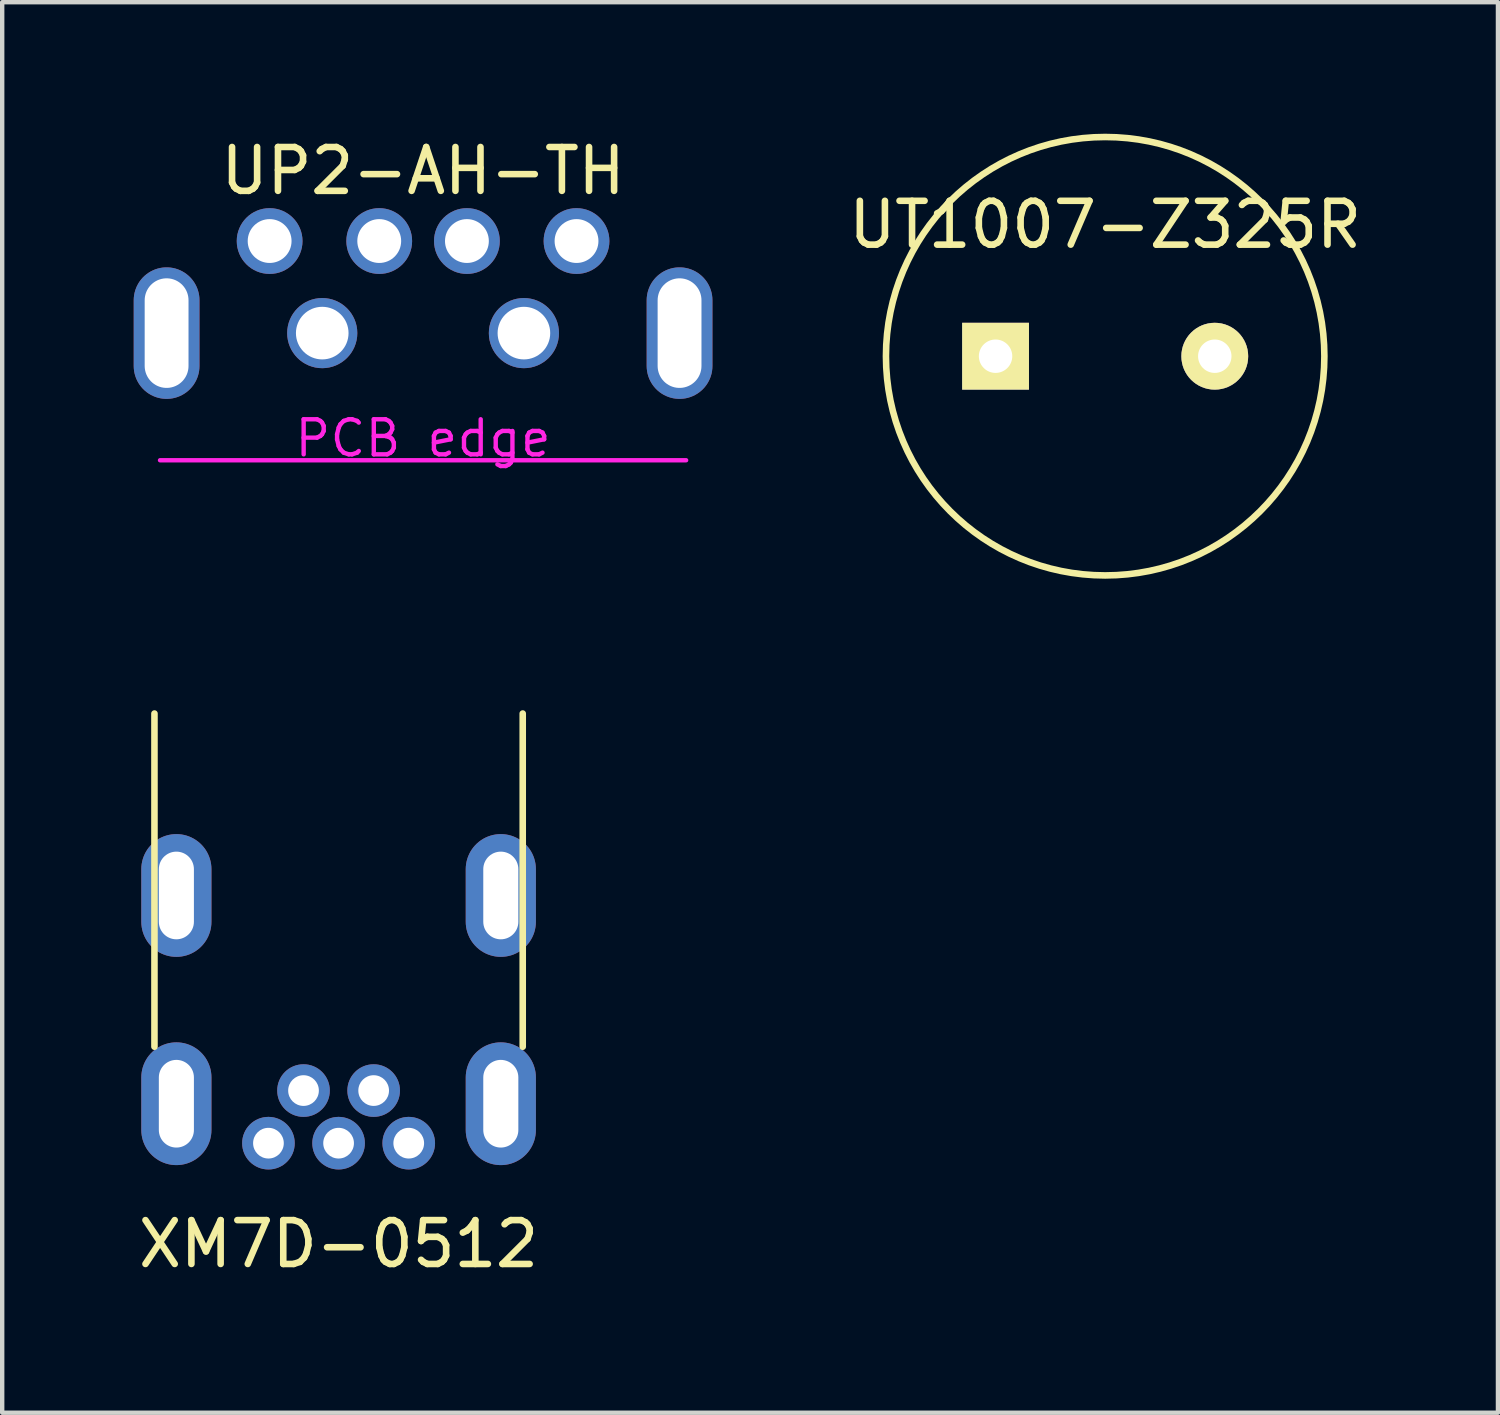
<source format=kicad_pcb>
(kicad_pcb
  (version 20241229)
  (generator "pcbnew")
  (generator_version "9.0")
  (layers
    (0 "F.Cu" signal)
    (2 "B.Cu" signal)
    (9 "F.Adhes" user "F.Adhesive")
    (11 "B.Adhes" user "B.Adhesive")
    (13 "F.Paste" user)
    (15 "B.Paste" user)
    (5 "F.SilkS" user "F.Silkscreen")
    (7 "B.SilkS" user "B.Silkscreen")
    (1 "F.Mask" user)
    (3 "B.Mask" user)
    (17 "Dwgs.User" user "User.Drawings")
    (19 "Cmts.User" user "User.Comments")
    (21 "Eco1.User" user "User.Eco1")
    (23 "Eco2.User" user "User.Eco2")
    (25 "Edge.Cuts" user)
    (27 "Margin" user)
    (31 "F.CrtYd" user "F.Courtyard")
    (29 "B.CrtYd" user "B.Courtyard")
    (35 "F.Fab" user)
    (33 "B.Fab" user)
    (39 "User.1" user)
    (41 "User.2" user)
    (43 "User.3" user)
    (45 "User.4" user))
  (footprint "UT1007-Z325R"
    (layer "F.Cu")
    (at 22.158 5.075)
    (property "Reference" "UT1007-Z325R" (at 0 -3 0) (layer "F.SilkS") (effects (font (size 1 1) (thickness 0.15))))
    (attr through_hole)
    (fp_circle (center 0 0) (end 5 0) (stroke (width 0.15) (type solid)) (fill no) (layer "F.SilkS"))
    (pad "1" thru_hole rect (at -2.5 0) (size 1.524 1.524) (drill 0.762) (layers "*.Cu" "*.Mask" "F.SilkS"))
    (pad "2" thru_hole circle (at 2.5 0) (size 1.524 1.524) (drill 0.762) (layers "*.Cu" "*.Mask" "F.SilkS")))
  (footprint "XM7D-0512"
    (layer "F.Cu")
    (at 4.673 23.025)
    (property "Reference" "XM7D-0512" (at 0 2.3 0) (layer "F.SilkS") (effects (font (size 1 1) (thickness 0.15))))
    (attr through_hole)
    (fp_line (start -4.2 -2.2) (end -4.2 -9.8) (stroke (width 0.15) (type solid)) (layer "F.SilkS"))
    (fp_line (start 4.2 -2.2) (end 4.2 -9.8) (stroke (width 0.15) (type solid)) (layer "F.SilkS"))
    (pad "1" thru_hole circle (at 1.6 0) (size 1.2 1.2) (drill 0.7) (layers "*.Cu" "*.Mask"))
    (pad "2" thru_hole circle (at 0.8 -1.2) (size 1.2 1.2) (drill 0.7) (layers "*.Cu" "*.Mask"))
    (pad "3" thru_hole circle (at 0 0) (size 1.2 1.2) (drill 0.7) (layers "*.Cu" "*.Mask"))
    (pad "4" thru_hole circle (at -0.8 -1.2) (size 1.2 1.2) (drill 0.7) (layers "*.Cu" "*.Mask"))
    (pad "5" thru_hole circle (at -1.6 0) (size 1.2 1.2) (drill 0.7) (layers "*.Cu" "*.Mask"))
    (pad "6" thru_hole oval (at -3.7 -5.65) (size 1.6 2.8) (drill oval 0.8 2) (layers "*.Cu" "*.Mask"))
    (pad "6" thru_hole oval (at -3.7 -0.9) (size 1.6 2.8) (drill oval 0.8 2) (layers "*.Cu" "*.Mask"))
    (pad "6" thru_hole oval (at 3.7 -5.65) (size 1.6 2.8) (drill oval 0.8 2) (layers "*.Cu" "*.Mask"))
    (pad "6" thru_hole oval (at 3.7 -0.9) (size 1.6 2.8) (drill oval 0.8 2) (layers "*.Cu" "*.Mask")))
  (footprint "UP2-AH-TH"
    (layer "F.Cu")
    (at 6.6 7.448)
    (property "Reference" "UP2-AH-TH" (at 0 -6.6 0) (layer "F.SilkS") (effects (font (size 1 1) (thickness 0.15))))
    (attr through_hole)
    (fp_line (start -6 0) (end 6 0) (stroke (width 0.1) (type solid)) (layer "F.CrtYd"))
    (fp_text user "PCB edge" (at 0 -0.5 0) (layer "F.CrtYd") (effects (font (size 0.8 0.8) (thickness 0.1))))
    (pad "1" thru_hole circle (at 3.5 -5) (size 1.5 1.5) (drill 1) (layers "*.Cu" "*.Mask"))
    (pad "2" thru_hole circle (at 1 -5) (size 1.5 1.5) (drill 1) (layers "*.Cu" "*.Mask"))
    (pad "3" thru_hole circle (at -1 -5) (size 1.5 1.5) (drill 1) (layers "*.Cu" "*.Mask"))
    (pad "4" thru_hole circle (at -3.5 -5) (size 1.5 1.5) (drill 1) (layers "*.Cu" "*.Mask"))
    (pad "5" thru_hole oval (at -5.85 -2.9) (size 1.5 3) (drill oval 1 2.5) (layers "*.Cu" "*.Mask"))
    (pad "5" thru_hole circle (at -2.3 -2.9) (size 1.6 1.6) (drill 1.2) (layers "*.Cu" "*.Mask"))
    (pad "5" thru_hole circle (at 2.3 -2.9) (size 1.6 1.6) (drill 1.2) (layers "*.Cu" "*.Mask"))
    (pad "5" thru_hole oval (at 5.85 -2.9) (size 1.5 3) (drill oval 1 2.5) (layers "*.Cu" "*.Mask")))
  (gr_rect
    (start -3 -3)
    (end 31.117 29.173)
    (stroke (width 0.1) (type default))
    (fill no)
    (layer "Edge.Cuts")))
</source>
